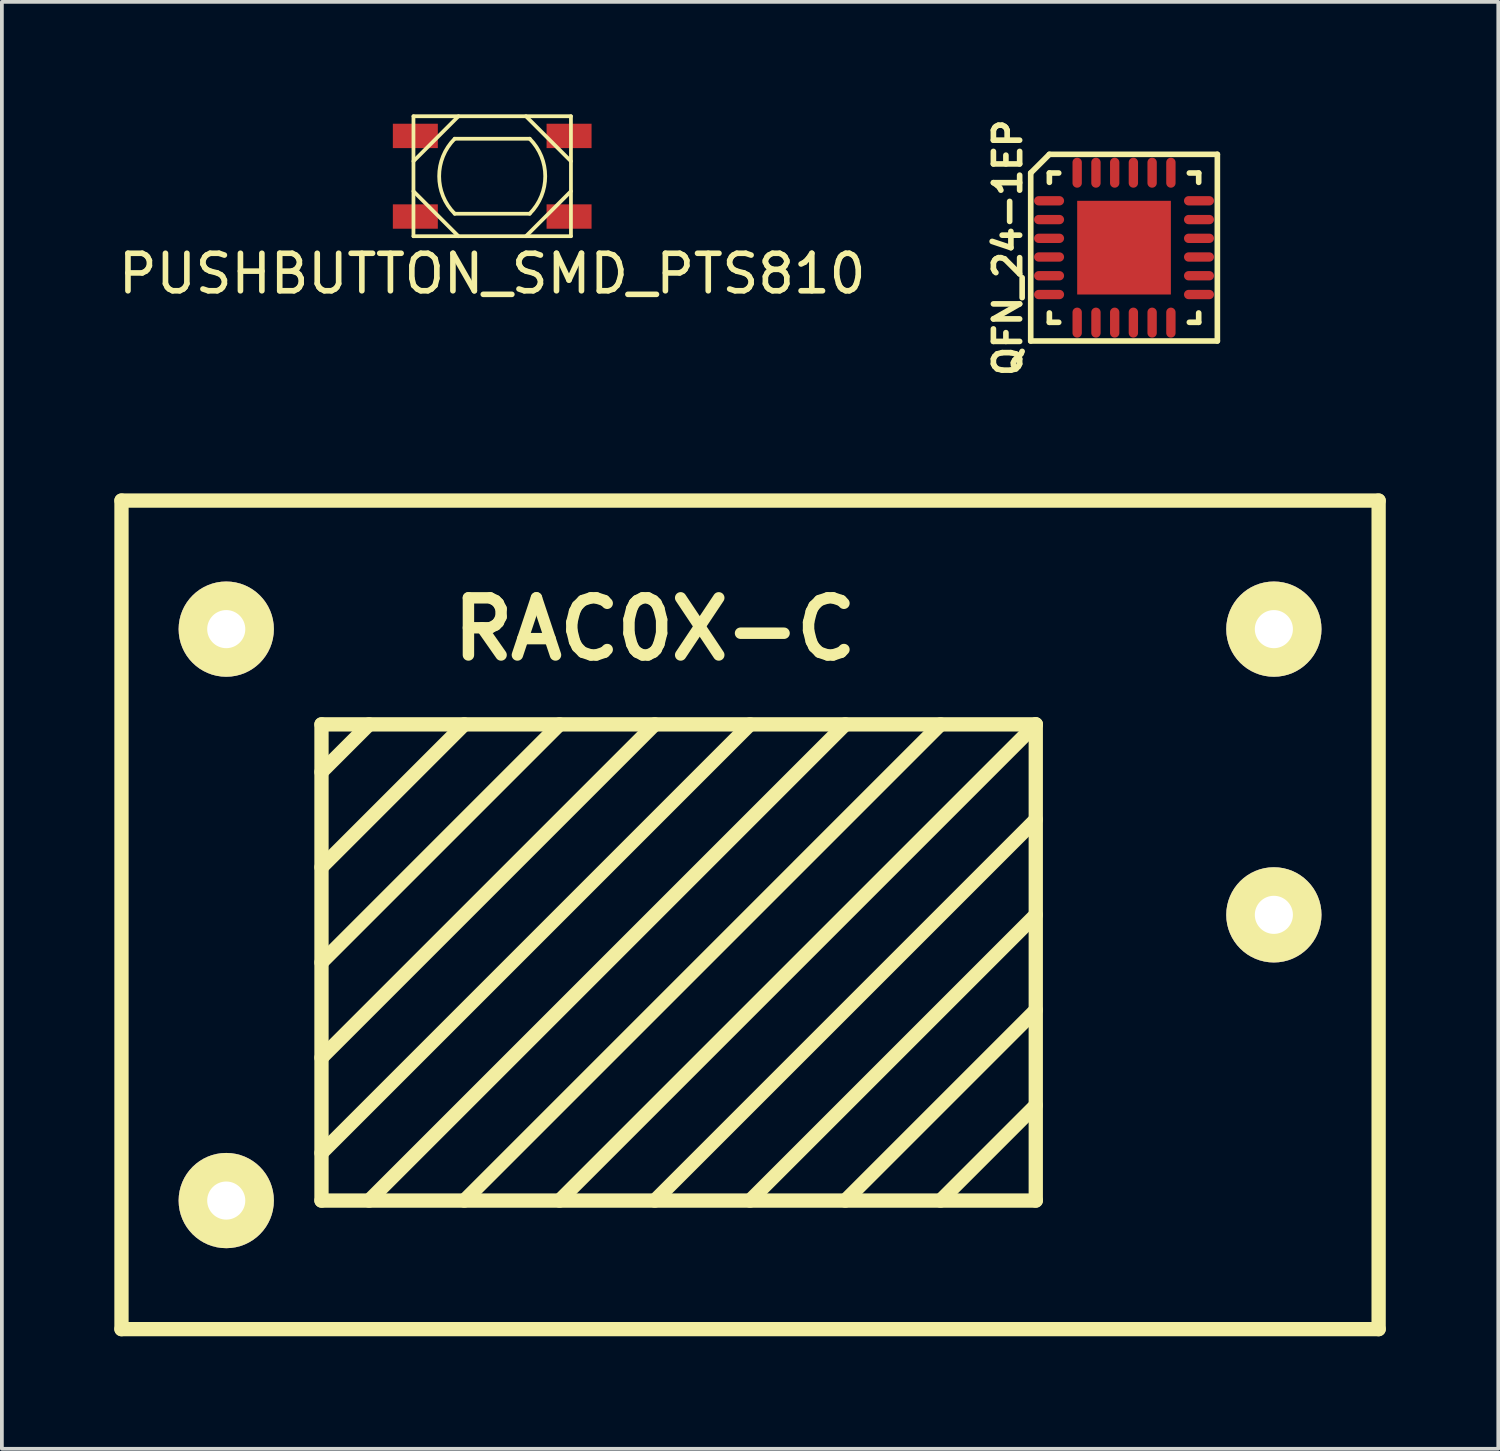
<source format=kicad_pcb>
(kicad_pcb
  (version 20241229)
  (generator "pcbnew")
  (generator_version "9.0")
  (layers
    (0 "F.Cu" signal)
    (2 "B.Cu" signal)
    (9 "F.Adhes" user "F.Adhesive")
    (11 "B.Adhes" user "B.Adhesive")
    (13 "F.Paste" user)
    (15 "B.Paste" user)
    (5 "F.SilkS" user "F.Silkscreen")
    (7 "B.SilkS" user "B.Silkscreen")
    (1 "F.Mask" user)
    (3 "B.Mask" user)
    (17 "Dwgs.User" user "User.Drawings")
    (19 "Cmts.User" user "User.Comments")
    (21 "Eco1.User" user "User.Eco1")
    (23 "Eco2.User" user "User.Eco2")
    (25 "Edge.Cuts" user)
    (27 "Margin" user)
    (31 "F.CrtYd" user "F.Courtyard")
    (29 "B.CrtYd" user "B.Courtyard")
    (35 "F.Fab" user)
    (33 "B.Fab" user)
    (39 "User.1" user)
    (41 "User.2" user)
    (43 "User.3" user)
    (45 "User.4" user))
  (footprint "QFN_24-1EP"
    (layer "F.Cu")
    (at 26.928 3.555)
    (property "Reference" "QFN_24-1EP" (at -3.1 0 90) (layer "F.SilkS") (effects (font (size 0.7 0.7) (thickness 0.15))))
    (attr through_hole)
    (fp_line (start -2.489 -1.991) (end -2.489 2.489) (stroke (width 0.15) (type solid)) (layer "F.SilkS"))
    (fp_line (start -2.489 -1.991) (end -1.991 -2.489) (stroke (width 0.15) (type solid)) (layer "F.SilkS"))
    (fp_line (start -1.991 -2.489) (end 2.489 -2.489) (stroke (width 0.15) (type solid)) (layer "F.SilkS"))
    (fp_line (start -1.991 -1.991) (end -1.742 -1.991) (stroke (width 0.15) (type solid)) (layer "F.SilkS"))
    (fp_line (start -1.991 -1.742) (end -1.991 -1.991) (stroke (width 0.15) (type solid)) (layer "F.SilkS"))
    (fp_line (start -1.991 1.991) (end -1.991 1.742) (stroke (width 0.15) (type solid)) (layer "F.SilkS"))
    (fp_line (start -1.742 1.991) (end -1.991 1.991) (stroke (width 0.15) (type solid)) (layer "F.SilkS"))
    (fp_line (start 1.742 -1.991) (end 1.991 -1.991) (stroke (width 0.15) (type solid)) (layer "F.SilkS"))
    (fp_line (start 1.991 -1.991) (end 1.991 -1.742) (stroke (width 0.15) (type solid)) (layer "F.SilkS"))
    (fp_line (start 1.991 1.742) (end 1.991 1.991) (stroke (width 0.15) (type solid)) (layer "F.SilkS"))
    (fp_line (start 1.991 1.991) (end 1.742 1.991) (stroke (width 0.15) (type solid)) (layer "F.SilkS"))
    (fp_line (start 2.489 -2.489) (end 2.489 2.489) (stroke (width 0.15) (type solid)) (layer "F.SilkS"))
    (fp_line (start 2.489 2.489) (end -2.489 2.489) (stroke (width 0.15) (type solid)) (layer "F.SilkS"))
    (pad "1" smd oval (at -1.999 -1.25) (size 0.8 0.249) (layers "F.Cu" "F.Mask" "F.Paste"))
    (pad "2" smd oval (at -1.999 -0.749) (size 0.8 0.249) (layers "F.Cu" "F.Mask" "F.Paste"))
    (pad "3" smd oval (at -1.999 -0.249) (size 0.8 0.249) (layers "F.Cu" "F.Mask" "F.Paste"))
    (pad "4" smd oval (at -1.999 0.249) (size 0.8 0.249) (layers "F.Cu" "F.Mask" "F.Paste"))
    (pad "5" smd oval (at -1.999 0.749) (size 0.8 0.249) (layers "F.Cu" "F.Mask" "F.Paste"))
    (pad "6" smd oval (at -1.999 1.25) (size 0.8 0.249) (layers "F.Cu" "F.Mask" "F.Paste"))
    (pad "7" smd oval (at -1.25 1.999 90) (size 0.8 0.249) (layers "F.Cu" "F.Mask" "F.Paste"))
    (pad "8" smd oval (at -0.749 1.999 90) (size 0.8 0.249) (layers "F.Cu" "F.Mask" "F.Paste"))
    (pad "9" smd oval (at -0.249 1.999 90) (size 0.8 0.249) (layers "F.Cu" "F.Mask" "F.Paste"))
    (pad "10" smd oval (at 0.249 1.999 90) (size 0.8 0.249) (layers "F.Cu" "F.Mask" "F.Paste"))
    (pad "11" smd oval (at 0.749 1.999 90) (size 0.8 0.249) (layers "F.Cu" "F.Mask" "F.Paste"))
    (pad "12" smd oval (at 1.25 1.999 90) (size 0.8 0.249) (layers "F.Cu" "F.Mask" "F.Paste"))
    (pad "13" smd oval (at 1.999 1.25 180) (size 0.8 0.249) (layers "F.Cu" "F.Mask" "F.Paste"))
    (pad "14" smd oval (at 1.999 0.749 180) (size 0.8 0.249) (layers "F.Cu" "F.Mask" "F.Paste"))
    (pad "15" smd oval (at 1.999 0.249 180) (size 0.8 0.249) (layers "F.Cu" "F.Mask" "F.Paste"))
    (pad "16" smd oval (at 1.999 -0.249 180) (size 0.8 0.249) (layers "F.Cu" "F.Mask" "F.Paste"))
    (pad "17" smd oval (at 1.999 -0.749 180) (size 0.8 0.249) (layers "F.Cu" "F.Mask" "F.Paste"))
    (pad "18" smd oval (at 1.999 -1.25 180) (size 0.8 0.249) (layers "F.Cu" "F.Mask" "F.Paste"))
    (pad "19" smd oval (at 1.25 -1.999 270) (size 0.8 0.249) (layers "F.Cu" "F.Mask" "F.Paste"))
    (pad "20" smd oval (at 0.749 -1.999 270) (size 0.8 0.249) (layers "F.Cu" "F.Mask" "F.Paste"))
    (pad "21" smd oval (at 0.249 -1.999 270) (size 0.8 0.249) (layers "F.Cu" "F.Mask" "F.Paste"))
    (pad "22" smd oval (at -0.249 -1.999 270) (size 0.8 0.249) (layers "F.Cu" "F.Mask" "F.Paste"))
    (pad "23" smd oval (at -0.749 -1.999 270) (size 0.8 0.249) (layers "F.Cu" "F.Mask" "F.Paste"))
    (pad "24" smd oval (at -1.25 -1.999 270) (size 0.8 0.249) (layers "F.Cu" "F.Mask" "F.Paste"))
    (pad "25" smd rect (at 0 0 270) (size 2.499 2.499) (layers "F.Cu" "F.Mask" "F.Paste")))
  (footprint "RAC0X-C"
    (layer "F.Cu")
    (at 16.954 21.349)
    (property "Reference" "RAC0X-C" (at -2.54 -7.62 0) (layer "F.SilkS") (effects (font (size 1.524 1.524) (thickness 0.305))))
    (attr through_hole)
    (fp_line (start -16.764 -11.049) (end -16.764 11.049) (stroke (width 0.381) (type solid)) (layer "F.SilkS"))
    (fp_line (start -11.43 -5.08) (end -11.43 7.62) (stroke (width 0.381) (type solid)) (layer "F.SilkS"))
    (fp_line (start -11.43 -1.27) (end -7.62 -5.08) (stroke (width 0.381) (type solid)) (layer "F.SilkS"))
    (fp_line (start -11.43 1.27) (end -5.08 -5.08) (stroke (width 0.381) (type solid)) (layer "F.SilkS"))
    (fp_line (start -11.43 3.81) (end -2.54 -5.08) (stroke (width 0.381) (type solid)) (layer "F.SilkS"))
    (fp_line (start -11.43 6.35) (end 0 -5.08) (stroke (width 0.381) (type solid)) (layer "F.SilkS"))
    (fp_line (start -11.43 7.62) (end 7.62 7.62) (stroke (width 0.381) (type solid)) (layer "F.SilkS"))
    (fp_line (start -10.16 -5.08) (end -11.43 -3.81) (stroke (width 0.381) (type solid)) (layer "F.SilkS"))
    (fp_line (start -2.54 7.62) (end 7.62 -2.54) (stroke (width 0.381) (type solid)) (layer "F.SilkS"))
    (fp_line (start 2.54 -5.08) (end -10.16 7.62) (stroke (width 0.381) (type solid)) (layer "F.SilkS"))
    (fp_line (start 2.54 7.62) (end 7.62 2.54) (stroke (width 0.381) (type solid)) (layer "F.SilkS"))
    (fp_line (start 5.08 -5.08) (end -7.62 7.62) (stroke (width 0.381) (type solid)) (layer "F.SilkS"))
    (fp_line (start 7.62 -5.08) (end -11.43 -5.08) (stroke (width 0.381) (type solid)) (layer "F.SilkS"))
    (fp_line (start 7.62 -5.08) (end -5.08 7.62) (stroke (width 0.381) (type solid)) (layer "F.SilkS"))
    (fp_line (start 7.62 0) (end 0 7.62) (stroke (width 0.381) (type solid)) (layer "F.SilkS"))
    (fp_line (start 7.62 5.08) (end 5.08 7.62) (stroke (width 0.381) (type solid)) (layer "F.SilkS"))
    (fp_line (start 7.62 7.62) (end 7.62 -5.08) (stroke (width 0.381) (type solid)) (layer "F.SilkS"))
    (fp_line (start 16.764 -11.049) (end -16.764 -11.049) (stroke (width 0.381) (type solid)) (layer "F.SilkS"))
    (fp_line (start 16.764 -11.049) (end 16.764 11.049) (stroke (width 0.381) (type solid)) (layer "F.SilkS"))
    (fp_line (start 16.764 11.049) (end -16.764 11.049) (stroke (width 0.381) (type solid)) (layer "F.SilkS"))
    (pad "1" thru_hole circle (at -13.97 -7.62) (size 2.54 2.54) (drill 1.016) (layers "*.Cu" "*.Mask" "F.SilkS"))
    (pad "2" thru_hole circle (at -13.97 7.62) (size 2.54 2.54) (drill 1.016) (layers "*.Cu" "*.Mask" "F.SilkS"))
    (pad "3" thru_hole circle (at 13.97 -7.62) (size 2.54 2.54) (drill 1.016) (layers "*.Cu" "*.Mask" "F.SilkS"))
    (pad "4" thru_hole circle (at 13.97 0) (size 2.54 2.54) (drill 1.016) (layers "*.Cu" "*.Mask" "F.SilkS")))
  (footprint "PUSHBUTTON_SMD_PTS810"
    (layer "F.Cu")
    (at 10.077 1.65)
    (property "Reference" "PUSHBUTTON_SMD_PTS810" (at 0 2.6 0) (layer "F.SilkS") (effects (font (size 1 1) (thickness 0.15))))
    (attr through_hole)
    (fp_line (start -2.1 -1.6) (end -2.1 1.6) (stroke (width 0.1) (type solid)) (layer "F.SilkS"))
    (fp_line (start -2.1 -0.4) (end -0.9 -1.6) (stroke (width 0.1) (type solid)) (layer "F.SilkS"))
    (fp_line (start -2.1 0.4) (end -0.9 1.6) (stroke (width 0.1) (type solid)) (layer "F.SilkS"))
    (fp_line (start -2.1 1.6) (end 2.1 1.6) (stroke (width 0.1) (type solid)) (layer "F.SilkS"))
    (fp_line (start -1 1) (end 1 1) (stroke (width 0.1) (type solid)) (layer "F.SilkS"))
    (fp_line (start 0.9 1.6) (end 2.1 0.4) (stroke (width 0.1) (type solid)) (layer "F.SilkS"))
    (fp_line (start 1 -1) (end -1 -1) (stroke (width 0.1) (type solid)) (layer "F.SilkS"))
    (fp_line (start 2.1 -1.6) (end -2.1 -1.6) (stroke (width 0.1) (type solid)) (layer "F.SilkS"))
    (fp_line (start 2.1 -0.4) (end 0.9 -1.6) (stroke (width 0.1) (type solid)) (layer "F.SilkS"))
    (fp_line (start 2.1 1.6) (end 2.1 -1.6) (stroke (width 0.1) (type solid)) (layer "F.SilkS"))
    (fp_arc (start -1 1) (mid -1.414214 0) (end -1 -1) (stroke (width 0.1) (type solid)) (layer "F.SilkS"))
    (fp_arc (start 1 -1) (mid 1.414214 0) (end 1 1) (stroke (width 0.1) (type solid)) (layer "F.SilkS"))
    (pad "1" smd rect (at -2.05 -1.075) (size 1.2 0.65) (layers "F.Cu" "F.Mask" "F.Paste"))
    (pad "2" smd rect (at 2.05 -1.075) (size 1.2 0.65) (layers "F.Cu" "F.Mask" "F.Paste"))
    (pad "3" smd rect (at -2.05 1.075) (size 1.2 0.65) (layers "F.Cu" "F.Mask" "F.Paste"))
    (pad "4" smd rect (at 2.05 1.075) (size 1.2 0.65) (layers "F.Cu" "F.Mask" "F.Paste")))
  (gr_rect
    (start -3 -3)
    (end 36.909 35.589)
    (stroke (width 0.1) (type default))
    (fill no)
    (layer "Edge.Cuts")))
</source>
